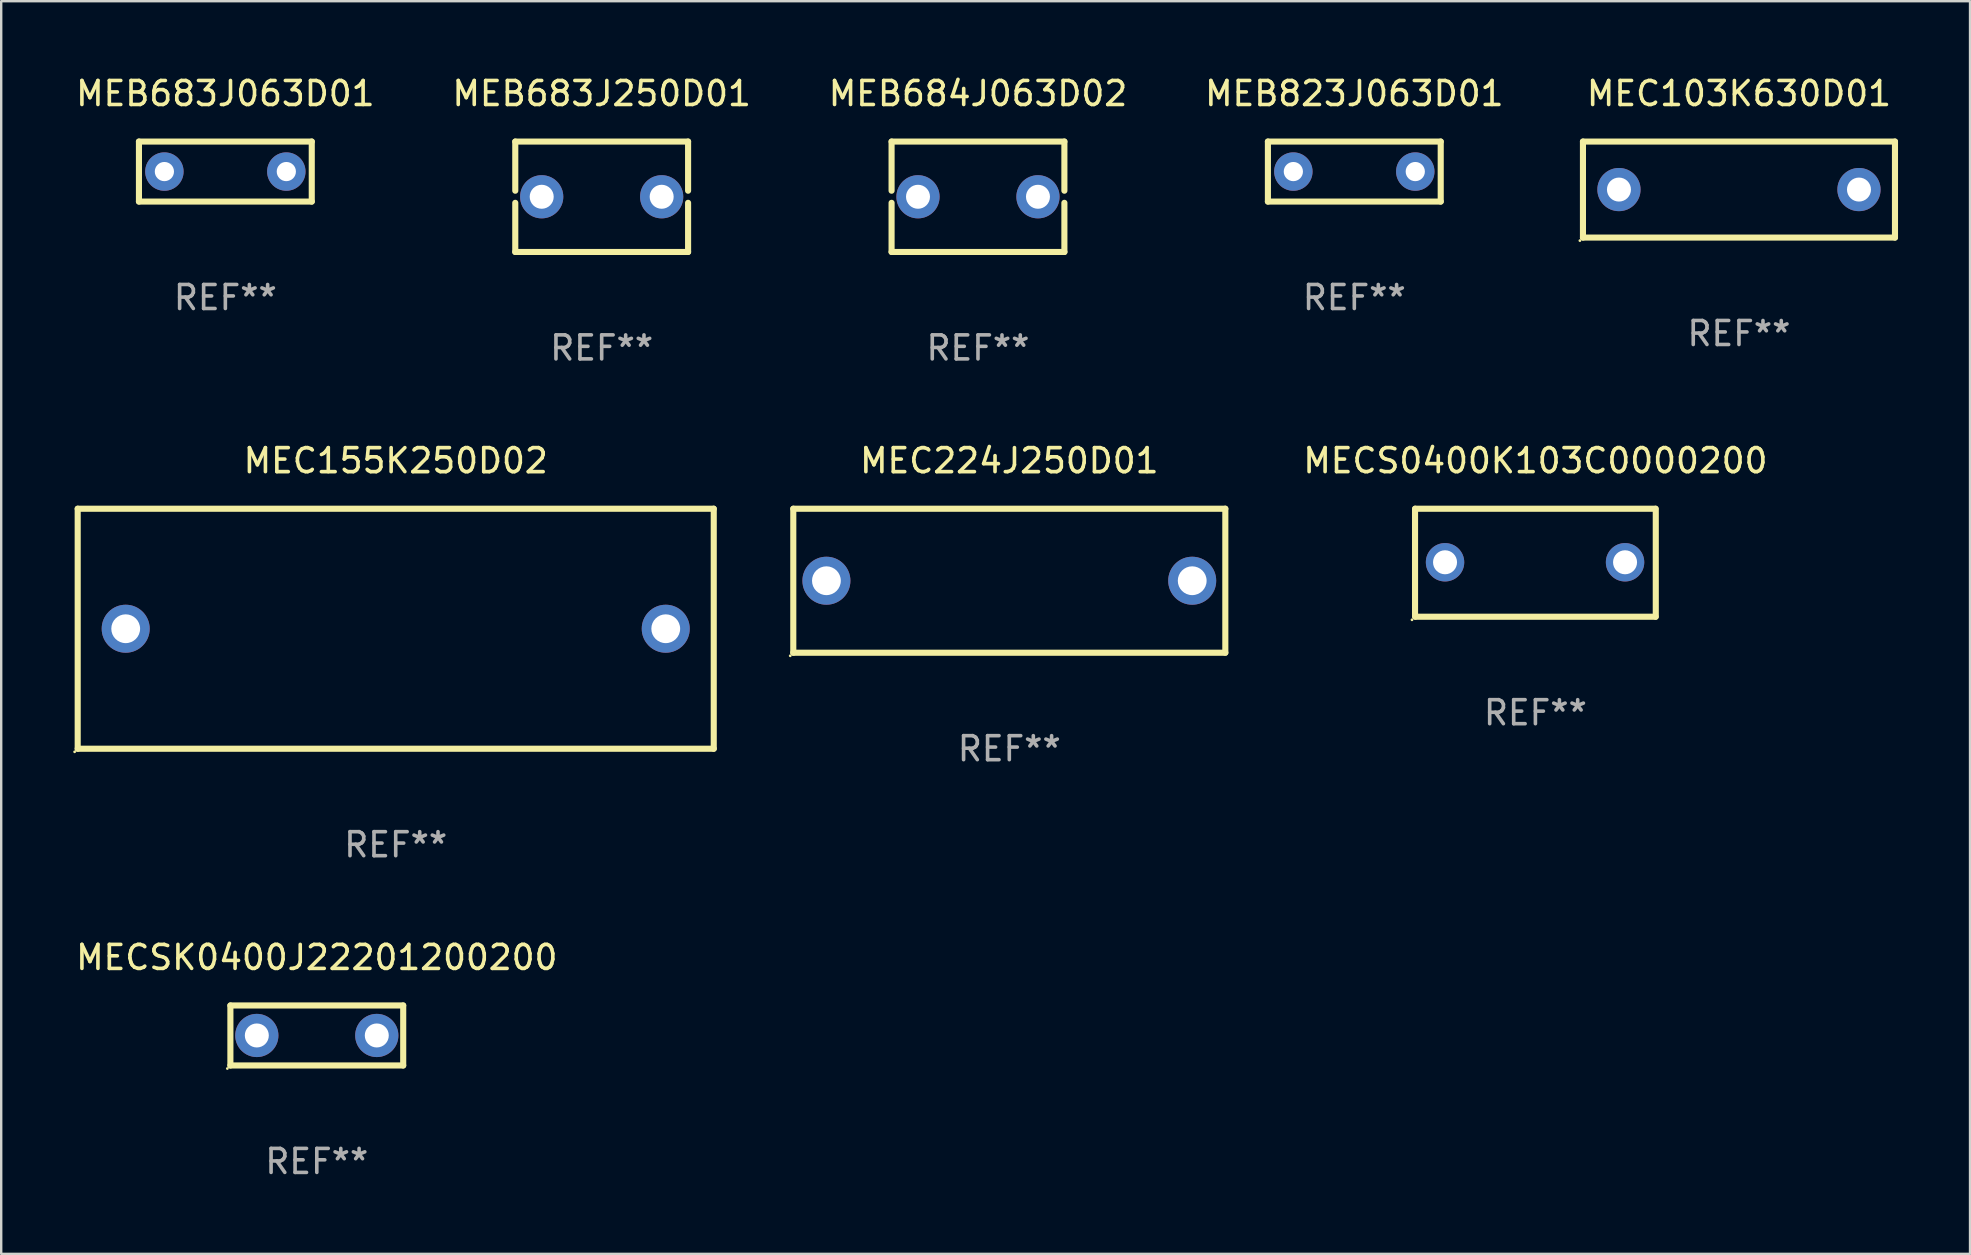
<source format=kicad_pcb>
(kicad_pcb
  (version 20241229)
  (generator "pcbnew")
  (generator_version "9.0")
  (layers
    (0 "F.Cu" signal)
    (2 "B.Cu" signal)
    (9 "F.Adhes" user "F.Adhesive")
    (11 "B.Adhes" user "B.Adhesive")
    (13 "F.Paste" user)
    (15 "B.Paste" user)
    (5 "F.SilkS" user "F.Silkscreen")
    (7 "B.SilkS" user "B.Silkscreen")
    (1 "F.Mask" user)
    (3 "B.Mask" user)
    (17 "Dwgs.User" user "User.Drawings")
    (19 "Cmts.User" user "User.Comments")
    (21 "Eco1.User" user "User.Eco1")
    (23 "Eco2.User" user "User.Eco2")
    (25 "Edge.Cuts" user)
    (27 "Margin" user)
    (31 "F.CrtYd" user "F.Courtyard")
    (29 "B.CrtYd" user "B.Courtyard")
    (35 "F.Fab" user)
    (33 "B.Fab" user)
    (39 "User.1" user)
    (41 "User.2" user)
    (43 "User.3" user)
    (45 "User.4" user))
  (footprint "MEC155K250D02"
    (layer "F.Cu")
    (at 13.437 23.145)
    (property "Reference" "MEC155K250D02" (at 0 -7 0) (layer "F.SilkS") (effects (font (size 1 1) (thickness 0.15))))
    (attr through_hole)
    (fp_line (start -13.25 -5) (end 13.25 -5) (stroke (width 0.254) (type solid)) (layer "F.SilkS"))
    (fp_line (start -13.25 5) (end -13.25 -5) (stroke (width 0.254) (type solid)) (layer "F.SilkS"))
    (fp_line (start 13.25 -5) (end 13.25 5) (stroke (width 0.254) (type solid)) (layer "F.SilkS"))
    (fp_line (start 13.25 5) (end -13.25 5) (stroke (width 0.254) (type solid)) (layer "F.SilkS"))
    (fp_circle (center -13.377 5.127) (end -13.347 5.127) (stroke (width 0.06) (type solid)) (fill no) (layer "F.SilkS"))
    (fp_text user "REF**" (at 0 9 0) (layer "F.Fab") (effects (font (size 1 1) (thickness 0.15))))
    (pad "1" thru_hole circle (at -11.25 0) (size 2 2) (drill 1.2) (layers "*.Cu" "*.Mask"))
    (pad "2" thru_hole circle (at 11.25 0) (size 2 2) (drill 1.2) (layers "*.Cu" "*.Mask")))
  (footprint "MEC224J250D01"
    (layer "F.Cu")
    (at 39.001 21.145)
    (property "Reference" "MEC224J250D01" (at 0 -5 0) (layer "F.SilkS") (effects (font (size 1 1) (thickness 0.15))))
    (attr through_hole)
    (fp_line (start -9 -3) (end 9 -3) (stroke (width 0.254) (type solid)) (layer "F.SilkS"))
    (fp_line (start -9 3) (end -9 -3) (stroke (width 0.254) (type solid)) (layer "F.SilkS"))
    (fp_line (start 9 -3) (end 9 3) (stroke (width 0.254) (type solid)) (layer "F.SilkS"))
    (fp_line (start 9 3) (end -9 3) (stroke (width 0.254) (type solid)) (layer "F.SilkS"))
    (fp_circle (center -9.127 3.127) (end -9.097 3.127) (stroke (width 0.06) (type solid)) (fill no) (layer "F.SilkS"))
    (fp_text user "REF**" (at 0 7 0) (layer "F.Fab") (effects (font (size 1 1) (thickness 0.15))))
    (pad "1" thru_hole circle (at -7.62 0) (size 2 2) (drill 1.2) (layers "*.Cu" "*.Mask"))
    (pad "2" thru_hole circle (at 7.62 0) (size 2 2) (drill 1.2) (layers "*.Cu" "*.Mask")))
  (footprint "MEC103K630D01"
    (layer "F.Cu")
    (at 69.401 4.848)
    (property "Reference" "MEC103K630D01" (at 0 -4 0) (layer "F.SilkS") (effects (font (size 1 1) (thickness 0.15))))
    (attr through_hole)
    (fp_line (start -6.5 -2) (end 6.5 -2) (stroke (width 0.254) (type solid)) (layer "F.SilkS"))
    (fp_line (start -6.5 2) (end -6.5 -2) (stroke (width 0.254) (type solid)) (layer "F.SilkS"))
    (fp_line (start 6.5 -2) (end 6.5 2) (stroke (width 0.254) (type solid)) (layer "F.SilkS"))
    (fp_line (start 6.5 2) (end -6.5 2) (stroke (width 0.254) (type solid)) (layer "F.SilkS"))
    (fp_circle (center -6.627 2.127) (end -6.597 2.127) (stroke (width 0.06) (type solid)) (fill no) (layer "F.SilkS"))
    (fp_text user "REF**" (at 0 6 0) (layer "F.Fab") (effects (font (size 1 1) (thickness 0.15))))
    (pad "1" thru_hole circle (at -5 0) (size 1.8 1.8) (drill 1) (layers "*.Cu" "*.Mask"))
    (pad "2" thru_hole circle (at 5 0) (size 1.8 1.8) (drill 1) (layers "*.Cu" "*.Mask")))
  (footprint "MEB684J063D02"
    (layer "F.Cu")
    (at 37.696 5.148)
    (property "Reference" "MEB684J063D02" (at 0 -4.3 0) (layer "F.SilkS") (effects (font (size 1 1) (thickness 0.15))))
    (attr through_hole)
    (fp_line (start -3.6 -2.3) (end -3.6 -0.252) (stroke (width 0.254) (type solid)) (layer "F.SilkS"))
    (fp_line (start -3.6 -2.3) (end 3.6 -2.3) (stroke (width 0.254) (type solid)) (layer "F.SilkS"))
    (fp_line (start -3.6 0.252) (end -3.6 2.3) (stroke (width 0.254) (type solid)) (layer "F.SilkS"))
    (fp_line (start -3.6 2.3) (end 3.6 2.3) (stroke (width 0.254) (type solid)) (layer "F.SilkS"))
    (fp_line (start 3.6 -0.252) (end 3.6 -2.3) (stroke (width 0.254) (type solid)) (layer "F.SilkS"))
    (fp_line (start 3.6 2.3) (end 3.6 0.252) (stroke (width 0.254) (type solid)) (layer "F.SilkS"))
    (fp_circle (center -3.6 2.25) (end -3.57 2.25) (stroke (width 0.06) (type solid)) (fill no) (layer "F.SilkS"))
    (fp_text user "REF**" (at 0 6.3 0) (layer "F.Fab") (effects (font (size 1 1) (thickness 0.15))))
    (pad "1" thru_hole circle (at -2.499 0) (size 1.8 1.8) (drill 1) (layers "*.Cu" "*.Mask"))
    (pad "2" thru_hole circle (at 2.499 0) (size 1.8 1.8) (drill 1) (layers "*.Cu" "*.Mask")))
  (footprint "MECS0400K103C0000200"
    (layer "F.Cu")
    (at 60.92 20.395)
    (property "Reference" "MECS0400K103C0000200" (at 0 -4.251 0) (layer "F.SilkS") (effects (font (size 1 1) (thickness 0.15))))
    (attr through_hole)
    (fp_line (start -5.015 2.25) (end -5.015 -2.251) (stroke (width 0.254) (type solid)) (layer "F.SilkS"))
    (fp_line (start -5.005 -2.25) (end 4.995 -2.25) (stroke (width 0.254) (type solid)) (layer "F.SilkS"))
    (fp_line (start 5.005 2.25) (end -4.995 2.25) (stroke (width 0.254) (type solid)) (layer "F.SilkS"))
    (fp_line (start 5.015 -2.25) (end 5.015 2.251) (stroke (width 0.254) (type solid)) (layer "F.SilkS"))
    (fp_circle (center -5.142 2.378) (end -5.112 2.378) (stroke (width 0.06) (type solid)) (fill no) (layer "F.SilkS"))
    (fp_text user "REF**" (at 0 6.251 0) (layer "F.Fab") (effects (font (size 1 1) (thickness 0.15))))
    (pad "1" thru_hole circle (at -3.765 -0.019) (size 1.6 1.6) (drill 1) (layers "*.Cu" "*.Mask"))
    (pad "2" thru_hole circle (at 3.735 -0.019) (size 1.6 1.6) (drill 1) (layers "*.Cu" "*.Mask")))
  (footprint "MEB683J250D01"
    (layer "F.Cu")
    (at 22.018 5.148)
    (property "Reference" "MEB683J250D01" (at 0 -4.3 0) (layer "F.SilkS") (effects (font (size 1 1) (thickness 0.15))))
    (attr through_hole)
    (fp_line (start -3.6 -2.3) (end -3.6 -0.252) (stroke (width 0.254) (type solid)) (layer "F.SilkS"))
    (fp_line (start -3.6 -2.3) (end 3.6 -2.3) (stroke (width 0.254) (type solid)) (layer "F.SilkS"))
    (fp_line (start -3.6 0.252) (end -3.6 2.3) (stroke (width 0.254) (type solid)) (layer "F.SilkS"))
    (fp_line (start -3.6 2.3) (end 3.6 2.3) (stroke (width 0.254) (type solid)) (layer "F.SilkS"))
    (fp_line (start 3.6 -0.252) (end 3.6 -2.3) (stroke (width 0.254) (type solid)) (layer "F.SilkS"))
    (fp_line (start 3.6 2.3) (end 3.6 0.252) (stroke (width 0.254) (type solid)) (layer "F.SilkS"))
    (fp_circle (center -3.6 2.25) (end -3.57 2.25) (stroke (width 0.06) (type solid)) (fill no) (layer "F.SilkS"))
    (fp_text user "REF**" (at 0 6.3 0) (layer "F.Fab") (effects (font (size 1 1) (thickness 0.15))))
    (pad "1" thru_hole circle (at -2.499 0) (size 1.8 1.8) (drill 1) (layers "*.Cu" "*.Mask"))
    (pad "2" thru_hole circle (at 2.499 0) (size 1.8 1.8) (drill 1) (layers "*.Cu" "*.Mask")))
  (footprint "MECSK0400J22201200200"
    (layer "F.Cu")
    (at 10.149 40.091)
    (property "Reference" "MECSK0400J22201200200" (at 0 -3.25 0) (layer "F.SilkS") (effects (font (size 1 1) (thickness 0.15))))
    (attr through_hole)
    (fp_line (start -3.6 -1.25) (end 3.6 -1.25) (stroke (width 0.254) (type solid)) (layer "F.SilkS"))
    (fp_line (start -3.6 1.25) (end -3.6 -1.25) (stroke (width 0.254) (type solid)) (layer "F.SilkS"))
    (fp_line (start -3.6 1.25) (end 3.6 1.25) (stroke (width 0.254) (type solid)) (layer "F.SilkS"))
    (fp_line (start 3.6 -1.25) (end 3.6 1.25) (stroke (width 0.254) (type solid)) (layer "F.SilkS"))
    (fp_circle (center -3.727 1.377) (end -3.697 1.377) (stroke (width 0.06) (type solid)) (fill no) (layer "F.SilkS"))
    (fp_text user "REF**" (at 0 5.25 0) (layer "F.Fab") (effects (font (size 1 1) (thickness 0.15))))
    (pad "1" thru_hole circle (at -2.499 -0.000013) (size 1.8 1.8) (drill 1) (layers "*.Cu" "*.Mask"))
    (pad "2" thru_hole circle (at 2.499 -0.000013) (size 1.8 1.8) (drill 1) (layers "*.Cu" "*.Mask")))
  (footprint "MEB823J063D01"
    (layer "F.Cu")
    (at 53.375 4.098)
    (property "Reference" "MEB823J063D01" (at 0 -3.25 0) (layer "F.SilkS") (effects (font (size 1 1) (thickness 0.15))))
    (attr through_hole)
    (fp_line (start -3.6 -1.25) (end -3.6 1.25) (stroke (width 0.254) (type solid)) (layer "F.SilkS"))
    (fp_line (start -3.6 -1.25) (end 3.6 -1.25) (stroke (width 0.254) (type solid)) (layer "F.SilkS"))
    (fp_line (start 3.6 1.25) (end -3.6 1.25) (stroke (width 0.254) (type solid)) (layer "F.SilkS"))
    (fp_line (start 3.6 1.25) (end 3.6 -1.25) (stroke (width 0.254) (type solid)) (layer "F.SilkS"))
    (fp_circle (center -3.6 1.25) (end -3.57 1.25) (stroke (width 0.06) (type solid)) (fill no) (layer "F.SilkS"))
    (fp_text user "REF**" (at 0 5.25 0) (layer "F.Fab") (effects (font (size 1 1) (thickness 0.15))))
    (pad "1" thru_hole circle (at -2.54 0) (size 1.6 1.6) (drill 0.8) (layers "*.Cu" "*.Mask"))
    (pad "2" thru_hole circle (at 2.54 0) (size 1.6 1.6) (drill 0.8) (layers "*.Cu" "*.Mask")))
  (footprint "MEB683J063D01"
    (layer "F.Cu")
    (at 6.339 4.098)
    (property "Reference" "MEB683J063D01" (at 0 -3.25 0) (layer "F.SilkS") (effects (font (size 1 1) (thickness 0.15))))
    (attr through_hole)
    (fp_line (start -3.6 -1.25) (end -3.6 1.25) (stroke (width 0.254) (type solid)) (layer "F.SilkS"))
    (fp_line (start -3.6 -1.25) (end 3.6 -1.25) (stroke (width 0.254) (type solid)) (layer "F.SilkS"))
    (fp_line (start 3.6 1.25) (end -3.6 1.25) (stroke (width 0.254) (type solid)) (layer "F.SilkS"))
    (fp_line (start 3.6 1.25) (end 3.6 -1.25) (stroke (width 0.254) (type solid)) (layer "F.SilkS"))
    (fp_circle (center -3.6 1.25) (end -3.57 1.25) (stroke (width 0.06) (type solid)) (fill no) (layer "F.SilkS"))
    (fp_text user "REF**" (at 0 5.25 0) (layer "F.Fab") (effects (font (size 1 1) (thickness 0.15))))
    (pad "1" thru_hole circle (at -2.54 0) (size 1.6 1.6) (drill 0.8) (layers "*.Cu" "*.Mask"))
    (pad "2" thru_hole circle (at 2.54 0) (size 1.6 1.6) (drill 0.8) (layers "*.Cu" "*.Mask")))
  (gr_rect
    (start -3 -3)
    (end 79.028 49.19)
    (stroke (width 0.1) (type default))
    (fill no)
    (layer "Edge.Cuts")))
</source>
